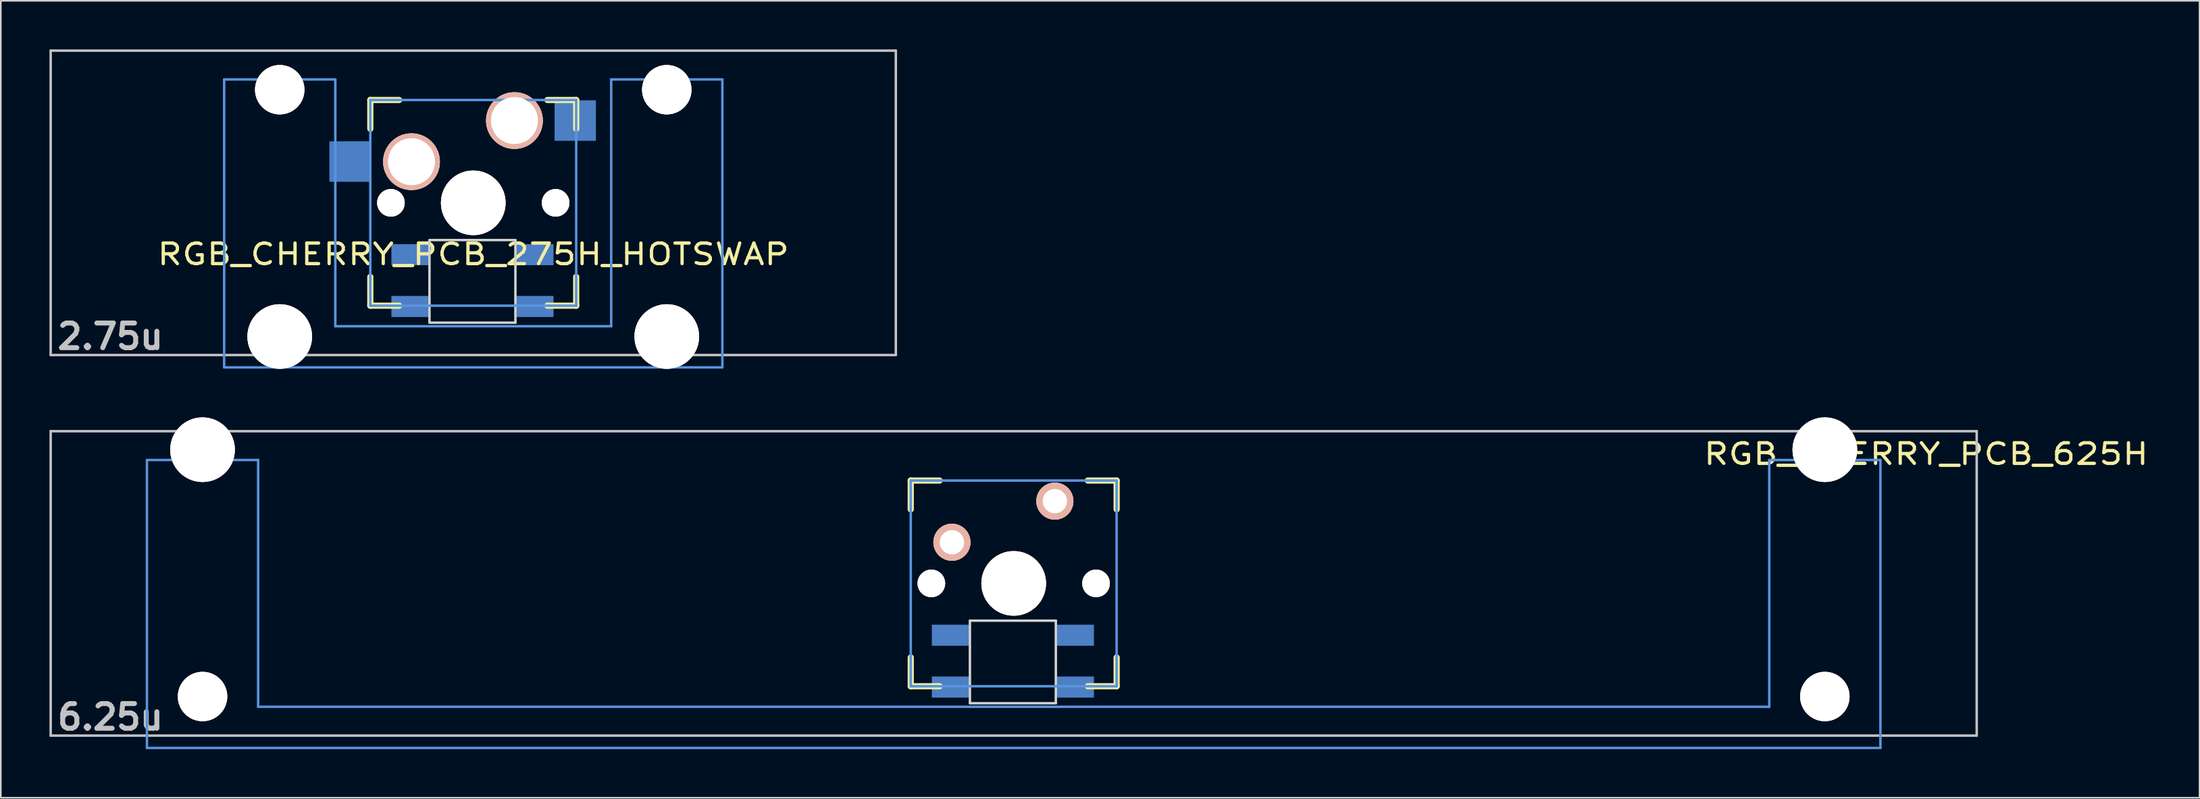
<source format=kicad_pcb>
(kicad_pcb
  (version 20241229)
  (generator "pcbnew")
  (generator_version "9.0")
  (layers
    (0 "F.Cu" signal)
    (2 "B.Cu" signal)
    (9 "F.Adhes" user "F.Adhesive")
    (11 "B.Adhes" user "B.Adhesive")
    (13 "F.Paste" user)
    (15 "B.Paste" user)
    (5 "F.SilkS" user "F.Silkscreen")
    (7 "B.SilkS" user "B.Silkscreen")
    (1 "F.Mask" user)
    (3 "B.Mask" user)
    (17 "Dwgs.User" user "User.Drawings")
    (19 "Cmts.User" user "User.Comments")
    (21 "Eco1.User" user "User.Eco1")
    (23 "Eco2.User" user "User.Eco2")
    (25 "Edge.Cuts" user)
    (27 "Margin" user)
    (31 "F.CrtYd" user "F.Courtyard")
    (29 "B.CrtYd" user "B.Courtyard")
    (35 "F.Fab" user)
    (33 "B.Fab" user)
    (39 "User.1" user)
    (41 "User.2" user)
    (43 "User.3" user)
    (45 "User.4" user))
  (footprint "RGB_CHERRY_PCB_275H_HOTSWAP"
    (layer "F.Cu")
    (at 26.144 9.474)
    (property "Reference" "RGB_CHERRY_PCB_275H_HOTSWAP" (at 0 3.175 0) (layer "F.SilkS") (effects (font (size 1.27 1.524) (thickness 0.203))))
    (attr through_hole)
    (fp_line (start -6.35 -6.35) (end -4.572 -6.35) (stroke (width 0.381) (type solid)) (layer "F.SilkS"))
    (fp_line (start -6.35 -4.572) (end -6.35 -6.35) (stroke (width 0.381) (type solid)) (layer "F.SilkS"))
    (fp_line (start -6.35 6.35) (end -6.35 4.572) (stroke (width 0.381) (type solid)) (layer "F.SilkS"))
    (fp_line (start -4.572 6.35) (end -6.35 6.35) (stroke (width 0.381) (type solid)) (layer "F.SilkS"))
    (fp_line (start 4.572 -6.35) (end 6.35 -6.35) (stroke (width 0.381) (type solid)) (layer "F.SilkS"))
    (fp_line (start 6.35 -6.35) (end 6.35 -4.572) (stroke (width 0.381) (type solid)) (layer "F.SilkS"))
    (fp_line (start 6.35 4.572) (end 6.35 6.35) (stroke (width 0.381) (type solid)) (layer "F.SilkS"))
    (fp_line (start 6.35 6.35) (end 4.572 6.35) (stroke (width 0.381) (type solid)) (layer "F.SilkS"))
    (fp_line (start -26.068 -9.398) (end 26.068 -9.398) (stroke (width 0.152) (type solid)) (layer "Dwgs.User"))
    (fp_line (start -26.068 9.398) (end -26.068 -9.398) (stroke (width 0.152) (type solid)) (layer "Dwgs.User"))
    (fp_line (start 26.068 -9.398) (end 26.068 9.398) (stroke (width 0.152) (type solid)) (layer "Dwgs.User"))
    (fp_line (start 26.068 9.398) (end -26.068 9.398) (stroke (width 0.152) (type solid)) (layer "Dwgs.User"))
    (fp_line (start -15.367 -7.62) (end -15.367 10.16) (stroke (width 0.152) (type solid)) (layer "Cmts.User"))
    (fp_line (start -15.367 10.16) (end 15.367 10.16) (stroke (width 0.152) (type solid)) (layer "Cmts.User"))
    (fp_line (start -8.509 -7.62) (end -15.367 -7.62) (stroke (width 0.152) (type solid)) (layer "Cmts.User"))
    (fp_line (start -8.509 7.62) (end -8.509 -7.62) (stroke (width 0.152) (type solid)) (layer "Cmts.User"))
    (fp_line (start -6.35 -6.35) (end 6.35 -6.35) (stroke (width 0.152) (type solid)) (layer "Cmts.User"))
    (fp_line (start -6.35 6.35) (end -6.35 -6.35) (stroke (width 0.152) (type solid)) (layer "Cmts.User"))
    (fp_line (start 6.35 -6.35) (end 6.35 6.35) (stroke (width 0.152) (type solid)) (layer "Cmts.User"))
    (fp_line (start 6.35 6.35) (end -6.35 6.35) (stroke (width 0.152) (type solid)) (layer "Cmts.User"))
    (fp_line (start 8.509 -7.62) (end 8.509 7.62) (stroke (width 0.152) (type solid)) (layer "Cmts.User"))
    (fp_line (start 8.509 7.62) (end -8.509 7.62) (stroke (width 0.152) (type solid)) (layer "Cmts.User"))
    (fp_line (start 15.367 -7.62) (end 8.509 -7.62) (stroke (width 0.152) (type solid)) (layer "Cmts.User"))
    (fp_line (start 15.367 10.16) (end 15.367 -7.62) (stroke (width 0.152) (type solid)) (layer "Cmts.User"))
    (fp_line (start -16.129 -2.286) (end -15.265 -2.286) (stroke (width 0.152) (type solid)) (layer "Eco2.User"))
    (fp_line (start -16.129 0.508) (end -16.129 -2.286) (stroke (width 0.152) (type solid)) (layer "Eco2.User"))
    (fp_line (start -15.265 -5.69) (end -8.611 -5.69) (stroke (width 0.152) (type solid)) (layer "Eco2.User"))
    (fp_line (start -15.265 -2.286) (end -15.265 -5.69) (stroke (width 0.152) (type solid)) (layer "Eco2.User"))
    (fp_line (start -15.265 0.508) (end -16.129 0.508) (stroke (width 0.152) (type solid)) (layer "Eco2.User"))
    (fp_line (start -15.265 6.604) (end -15.265 0.508) (stroke (width 0.152) (type solid)) (layer "Eco2.User"))
    (fp_line (start -14.224 6.604) (end -15.265 6.604) (stroke (width 0.152) (type solid)) (layer "Eco2.User"))
    (fp_line (start -14.224 7.772) (end -14.224 6.604) (stroke (width 0.152) (type solid)) (layer "Eco2.User"))
    (fp_line (start -9.652 6.604) (end -9.652 7.772) (stroke (width 0.152) (type solid)) (layer "Eco2.User"))
    (fp_line (start -9.652 7.772) (end -14.224 7.772) (stroke (width 0.152) (type solid)) (layer "Eco2.User"))
    (fp_line (start -8.611 -5.69) (end -8.611 -4.877) (stroke (width 0.152) (type solid)) (layer "Eco2.User"))
    (fp_line (start -8.611 -4.877) (end -6.985 -4.877) (stroke (width 0.152) (type solid)) (layer "Eco2.User"))
    (fp_line (start -8.611 5.817) (end -8.611 6.604) (stroke (width 0.152) (type solid)) (layer "Eco2.User"))
    (fp_line (start -8.611 6.604) (end -9.652 6.604) (stroke (width 0.152) (type solid)) (layer "Eco2.User"))
    (fp_line (start -6.985 -6.985) (end 6.985 -6.985) (stroke (width 0.152) (type solid)) (layer "Eco2.User"))
    (fp_line (start -6.985 -4.877) (end -6.985 -6.985) (stroke (width 0.152) (type solid)) (layer "Eco2.User"))
    (fp_line (start -6.985 5.817) (end -8.611 5.817) (stroke (width 0.152) (type solid)) (layer "Eco2.User"))
    (fp_line (start -6.985 6.985) (end -6.985 5.817) (stroke (width 0.152) (type solid)) (layer "Eco2.User"))
    (fp_line (start 6.985 -6.985) (end 6.985 -4.877) (stroke (width 0.152) (type solid)) (layer "Eco2.User"))
    (fp_line (start 6.985 -4.877) (end 8.611 -4.877) (stroke (width 0.152) (type solid)) (layer "Eco2.User"))
    (fp_line (start 6.985 5.817) (end 6.985 6.985) (stroke (width 0.152) (type solid)) (layer "Eco2.User"))
    (fp_line (start 6.985 6.985) (end -6.985 6.985) (stroke (width 0.152) (type solid)) (layer "Eco2.User"))
    (fp_line (start 8.611 -5.69) (end 15.265 -5.69) (stroke (width 0.152) (type solid)) (layer "Eco2.User"))
    (fp_line (start 8.611 -4.877) (end 8.611 -5.69) (stroke (width 0.152) (type solid)) (layer "Eco2.User"))
    (fp_line (start 8.611 5.817) (end 6.985 5.817) (stroke (width 0.152) (type solid)) (layer "Eco2.User"))
    (fp_line (start 8.611 6.604) (end 8.611 5.817) (stroke (width 0.152) (type solid)) (layer "Eco2.User"))
    (fp_line (start 9.652 6.604) (end 8.611 6.604) (stroke (width 0.152) (type solid)) (layer "Eco2.User"))
    (fp_line (start 9.652 7.772) (end 9.652 6.604) (stroke (width 0.152) (type solid)) (layer "Eco2.User"))
    (fp_line (start 14.224 6.604) (end 14.224 7.772) (stroke (width 0.152) (type solid)) (layer "Eco2.User"))
    (fp_line (start 14.224 7.772) (end 9.652 7.772) (stroke (width 0.152) (type solid)) (layer "Eco2.User"))
    (fp_line (start 15.265 -5.69) (end 15.265 -2.286) (stroke (width 0.152) (type solid)) (layer "Eco2.User"))
    (fp_line (start 15.265 -2.286) (end 16.129 -2.286) (stroke (width 0.152) (type solid)) (layer "Eco2.User"))
    (fp_line (start 15.265 0.508) (end 15.265 6.604) (stroke (width 0.152) (type solid)) (layer "Eco2.User"))
    (fp_line (start 15.265 6.604) (end 14.224 6.604) (stroke (width 0.152) (type solid)) (layer "Eco2.User"))
    (fp_line (start 16.129 -2.286) (end 16.129 0.508) (stroke (width 0.152) (type solid)) (layer "Eco2.User"))
    (fp_line (start 16.129 0.508) (end 15.265 0.508) (stroke (width 0.152) (type solid)) (layer "Eco2.User"))
    (fp_line (start -2.7 2.3) (end -2.7 7.4) (stroke (width 0.15) (type solid)) (layer "Edge.Cuts"))
    (fp_line (start -2.7 2.3) (end 2.6 2.3) (stroke (width 0.15) (type solid)) (layer "Edge.Cuts"))
    (fp_line (start 2.6 2.3) (end 2.6 7.4) (stroke (width 0.15) (type solid)) (layer "Edge.Cuts"))
    (fp_line (start 2.6 7.4) (end -2.7 7.4) (stroke (width 0.15) (type solid)) (layer "Edge.Cuts"))
    (fp_text user "2.75u" (at -22.385 8.255 0) (layer "Dwgs.User") (effects (font (size 1.524 1.524) (thickness 0.305))))
    (pad "" np_thru_hole circle (at -11.938 -6.985) (size 3.048 3.048) (drill 3.048) (layers "*.Cu" "*.SilkS" "*.Mask"))
    (pad "" np_thru_hole circle (at -11.938 8.255) (size 3.988 3.988) (drill 3.988) (layers "*.Cu" "*.SilkS" "*.Mask"))
    (pad "" np_thru_hole circle (at -5.08 0) (size 1.702 1.702) (drill 1.702) (layers "*.Cu" "*.SilkS" "*.Mask"))
    (pad "" np_thru_hole circle (at 0 0) (size 3.988 3.988) (drill 3.988) (layers "*.Cu" "*.SilkS" "*.Mask"))
    (pad "" np_thru_hole circle (at 5.08 0) (size 1.702 1.702) (drill 1.702) (layers "*.Cu" "*.SilkS" "*.Mask"))
    (pad "" np_thru_hole circle (at 11.938 -6.985) (size 3.048 3.048) (drill 3.048) (layers "*.Cu" "*.SilkS" "*.Mask"))
    (pad "" np_thru_hole circle (at 11.938 8.255) (size 3.988 3.988) (drill 3.988) (layers "*.Cu" "*.SilkS" "*.Mask"))
    (pad "1" thru_hole circle (at 2.54 -5.08) (size 3.5 3.5) (drill 2.9) (layers "*.Cu" "*.SilkS" "*.Mask"))
    (pad "1" smd rect (at 6.29 -5.08) (size 2.55 2.5) (layers "B.Cu" "B.Mask" "B.Paste"))
    (pad "2" smd rect (at -7.6 -2.55) (size 2.55 2.5) (layers "B.Cu" "B.Mask" "B.Paste"))
    (pad "2" thru_hole circle (at -3.81 -2.54) (size 3.5 3.5) (drill 2.9) (layers "*.Cu" "*.SilkS" "*.Mask"))
    (pad "3" smd rect (at -2.8 3.2) (size 2.3 1.3) (drill (offset -1.1 0)) (layers "B.Cu" "B.Mask" "B.Paste"))
    (pad "4" smd rect (at -2.8 6.4) (size 2.3 1.3) (drill (offset -1.1 0)) (layers "B.Cu" "B.Mask" "B.Paste"))
    (pad "5" smd rect (at 2.7 6.4) (size 2.3 1.3) (drill (offset 1.1 0)) (layers "B.Cu" "B.Mask" "B.Paste"))
    (pad "6" smd rect (at 2.7 3.2) (size 2.3 1.3) (drill (offset 1.1 0)) (layers "B.Cu" "B.Mask" "B.Paste")))
  (footprint "RGB_CHERRY_PCB_625H"
    (layer "F.Cu")
    (at 59.482 32.972)
    (property "Reference" "RGB_CHERRY_PCB_625H" (at 56.285 -7.99 0) (layer "F.SilkS") (effects (font (size 1.27 1.524) (thickness 0.203))))
    (attr through_hole)
    (fp_line (start -6.35 -6.35) (end -4.572 -6.35) (stroke (width 0.381) (type solid)) (layer "F.SilkS"))
    (fp_line (start -6.35 -4.572) (end -6.35 -6.35) (stroke (width 0.381) (type solid)) (layer "F.SilkS"))
    (fp_line (start -6.35 6.35) (end -6.35 4.572) (stroke (width 0.381) (type solid)) (layer "F.SilkS"))
    (fp_line (start -4.572 6.35) (end -6.35 6.35) (stroke (width 0.381) (type solid)) (layer "F.SilkS"))
    (fp_line (start 4.572 -6.35) (end 6.35 -6.35) (stroke (width 0.381) (type solid)) (layer "F.SilkS"))
    (fp_line (start 6.35 -6.35) (end 6.35 -4.572) (stroke (width 0.381) (type solid)) (layer "F.SilkS"))
    (fp_line (start 6.35 4.572) (end 6.35 6.35) (stroke (width 0.381) (type solid)) (layer "F.SilkS"))
    (fp_line (start 6.35 6.35) (end 4.572 6.35) (stroke (width 0.381) (type solid)) (layer "F.SilkS"))
    (fp_line (start -59.406 -9.398) (end 59.406 -9.398) (stroke (width 0.152) (type solid)) (layer "Dwgs.User"))
    (fp_line (start -59.406 9.398) (end -59.406 -9.398) (stroke (width 0.152) (type solid)) (layer "Dwgs.User"))
    (fp_line (start 59.406 -9.398) (end 59.406 9.398) (stroke (width 0.152) (type solid)) (layer "Dwgs.User"))
    (fp_line (start 59.406 9.398) (end -59.406 9.398) (stroke (width 0.152) (type solid)) (layer "Dwgs.User"))
    (fp_line (start -53.467 -7.62) (end -53.467 10.16) (stroke (width 0.152) (type solid)) (layer "Cmts.User"))
    (fp_line (start -53.467 10.16) (end 53.467 10.16) (stroke (width 0.152) (type solid)) (layer "Cmts.User"))
    (fp_line (start -46.609 -7.62) (end -53.467 -7.62) (stroke (width 0.152) (type solid)) (layer "Cmts.User"))
    (fp_line (start -46.609 7.62) (end -46.609 -7.62) (stroke (width 0.152) (type solid)) (layer "Cmts.User"))
    (fp_line (start -6.35 -6.35) (end 6.35 -6.35) (stroke (width 0.152) (type solid)) (layer "Cmts.User"))
    (fp_line (start -6.35 6.35) (end -6.35 -6.35) (stroke (width 0.152) (type solid)) (layer "Cmts.User"))
    (fp_line (start 6.35 -6.35) (end 6.35 6.35) (stroke (width 0.152) (type solid)) (layer "Cmts.User"))
    (fp_line (start 6.35 6.35) (end -6.35 6.35) (stroke (width 0.152) (type solid)) (layer "Cmts.User"))
    (fp_line (start 46.609 -7.62) (end 46.609 7.62) (stroke (width 0.152) (type solid)) (layer "Cmts.User"))
    (fp_line (start 46.609 7.62) (end -46.609 7.62) (stroke (width 0.152) (type solid)) (layer "Cmts.User"))
    (fp_line (start 53.467 -7.62) (end 46.609 -7.62) (stroke (width 0.152) (type solid)) (layer "Cmts.User"))
    (fp_line (start 53.467 10.16) (end 53.467 -7.62) (stroke (width 0.152) (type solid)) (layer "Cmts.User"))
    (fp_line (start -54.229 -2.286) (end -53.365 -2.286) (stroke (width 0.152) (type solid)) (layer "Eco2.User"))
    (fp_line (start -54.229 0.508) (end -54.229 -2.286) (stroke (width 0.152) (type solid)) (layer "Eco2.User"))
    (fp_line (start -53.365 -5.69) (end -46.711 -5.69) (stroke (width 0.152) (type solid)) (layer "Eco2.User"))
    (fp_line (start -53.365 -2.286) (end -53.365 -5.69) (stroke (width 0.152) (type solid)) (layer "Eco2.User"))
    (fp_line (start -53.365 0.508) (end -54.229 0.508) (stroke (width 0.152) (type solid)) (layer "Eco2.User"))
    (fp_line (start -53.365 6.604) (end -53.365 0.508) (stroke (width 0.152) (type solid)) (layer "Eco2.User"))
    (fp_line (start -52.324 6.604) (end -53.365 6.604) (stroke (width 0.152) (type solid)) (layer "Eco2.User"))
    (fp_line (start -52.324 7.772) (end -52.324 6.604) (stroke (width 0.152) (type solid)) (layer "Eco2.User"))
    (fp_line (start -47.752 6.604) (end -47.752 7.772) (stroke (width 0.152) (type solid)) (layer "Eco2.User"))
    (fp_line (start -47.752 7.772) (end -52.324 7.772) (stroke (width 0.152) (type solid)) (layer "Eco2.User"))
    (fp_line (start -46.711 -5.69) (end -46.711 -2.286) (stroke (width 0.152) (type solid)) (layer "Eco2.User"))
    (fp_line (start -46.711 -2.286) (end -6.985 -2.286) (stroke (width 0.152) (type solid)) (layer "Eco2.User"))
    (fp_line (start -46.711 2.286) (end -46.711 6.604) (stroke (width 0.152) (type solid)) (layer "Eco2.User"))
    (fp_line (start -46.711 6.604) (end -47.752 6.604) (stroke (width 0.152) (type solid)) (layer "Eco2.User"))
    (fp_line (start -6.985 -6.985) (end 6.985 -6.985) (stroke (width 0.152) (type solid)) (layer "Eco2.User"))
    (fp_line (start -6.985 -2.286) (end -6.985 -6.985) (stroke (width 0.152) (type solid)) (layer "Eco2.User"))
    (fp_line (start -6.985 2.286) (end -46.711 2.286) (stroke (width 0.152) (type solid)) (layer "Eco2.User"))
    (fp_line (start -6.985 6.985) (end -6.985 2.286) (stroke (width 0.152) (type solid)) (layer "Eco2.User"))
    (fp_line (start 6.985 -6.985) (end 6.985 -2.286) (stroke (width 0.152) (type solid)) (layer "Eco2.User"))
    (fp_line (start 6.985 -2.286) (end 46.711 -2.286) (stroke (width 0.152) (type solid)) (layer "Eco2.User"))
    (fp_line (start 6.985 2.286) (end 6.985 6.985) (stroke (width 0.152) (type solid)) (layer "Eco2.User"))
    (fp_line (start 6.985 6.985) (end -6.985 6.985) (stroke (width 0.152) (type solid)) (layer "Eco2.User"))
    (fp_line (start 46.711 -5.69) (end 53.365 -5.69) (stroke (width 0.152) (type solid)) (layer "Eco2.User"))
    (fp_line (start 46.711 -2.286) (end 46.711 -5.69) (stroke (width 0.152) (type solid)) (layer "Eco2.User"))
    (fp_line (start 46.711 2.286) (end 6.985 2.286) (stroke (width 0.152) (type solid)) (layer "Eco2.User"))
    (fp_line (start 46.711 6.604) (end 46.711 2.286) (stroke (width 0.152) (type solid)) (layer "Eco2.User"))
    (fp_line (start 47.752 6.604) (end 46.711 6.604) (stroke (width 0.152) (type solid)) (layer "Eco2.User"))
    (fp_line (start 47.752 7.772) (end 47.752 6.604) (stroke (width 0.152) (type solid)) (layer "Eco2.User"))
    (fp_line (start 52.324 6.604) (end 52.324 7.772) (stroke (width 0.152) (type solid)) (layer "Eco2.User"))
    (fp_line (start 52.324 7.772) (end 47.752 7.772) (stroke (width 0.152) (type solid)) (layer "Eco2.User"))
    (fp_line (start 53.365 -5.69) (end 53.365 -2.286) (stroke (width 0.152) (type solid)) (layer "Eco2.User"))
    (fp_line (start 53.365 -2.286) (end 54.229 -2.286) (stroke (width 0.152) (type solid)) (layer "Eco2.User"))
    (fp_line (start 53.365 0.508) (end 53.365 6.604) (stroke (width 0.152) (type solid)) (layer "Eco2.User"))
    (fp_line (start 53.365 6.604) (end 52.324 6.604) (stroke (width 0.152) (type solid)) (layer "Eco2.User"))
    (fp_line (start 54.229 -2.286) (end 54.229 0.508) (stroke (width 0.152) (type solid)) (layer "Eco2.User"))
    (fp_line (start 54.229 0.508) (end 53.365 0.508) (stroke (width 0.152) (type solid)) (layer "Eco2.User"))
    (fp_line (start -2.7 2.3) (end -2.7 7.4) (stroke (width 0.15) (type solid)) (layer "Edge.Cuts"))
    (fp_line (start -2.7 2.3) (end 2.6 2.3) (stroke (width 0.15) (type solid)) (layer "Edge.Cuts"))
    (fp_line (start 2.6 2.3) (end 2.6 7.4) (stroke (width 0.15) (type solid)) (layer "Edge.Cuts"))
    (fp_line (start 2.6 7.4) (end -2.7 7.4) (stroke (width 0.15) (type solid)) (layer "Edge.Cuts"))
    (fp_text user "6.25u" (at -55.723 8.255 0) (layer "Dwgs.User") (effects (font (size 1.524 1.524) (thickness 0.305))))
    (pad "" np_thru_hole circle (at -50.038 -8.255) (size 3.988 3.988) (drill 3.988) (layers "*.Cu" "*.SilkS" "*.Mask"))
    (pad "" np_thru_hole circle (at -50.038 6.985) (size 3.048 3.048) (drill 3.048) (layers "*.Cu" "*.SilkS" "*.Mask"))
    (pad "" np_thru_hole circle (at -5.08 0) (size 1.702 1.702) (drill 1.702) (layers "*.Cu" "*.SilkS" "*.Mask"))
    (pad "" np_thru_hole circle (at 0 0) (size 3.988 3.988) (drill 3.988) (layers "*.Cu" "*.SilkS" "*.Mask"))
    (pad "" np_thru_hole circle (at 5.08 0) (size 1.702 1.702) (drill 1.702) (layers "*.Cu" "*.SilkS" "*.Mask"))
    (pad "" np_thru_hole circle (at 50.038 -8.255) (size 3.988 3.988) (drill 3.988) (layers "*.Cu" "*.SilkS" "*.Mask"))
    (pad "" np_thru_hole circle (at 50.038 6.985) (size 3.048 3.048) (drill 3.048) (layers "*.Cu" "*.SilkS" "*.Mask"))
    (pad "1" thru_hole circle (at 2.54 -5.08) (size 2.286 2.286) (drill 1.499) (layers "*.Cu" "*.SilkS" "*.Mask"))
    (pad "2" thru_hole circle (at -3.81 -2.54) (size 2.286 2.286) (drill 1.499) (layers "*.Cu" "*.SilkS" "*.Mask"))
    (pad "3" smd rect (at -2.8 3.2) (size 2.3 1.3) (drill (offset -1.1 0)) (layers "B.Cu" "B.Mask" "B.Paste"))
    (pad "4" smd rect (at -2.8 6.4) (size 2.3 1.3) (drill (offset -1.1 0)) (layers "B.Cu" "B.Mask" "B.Paste"))
    (pad "5" smd rect (at 2.7 6.4) (size 2.3 1.3) (drill (offset 1.1 0)) (layers "B.Cu" "B.Mask" "B.Paste"))
    (pad "6" smd rect (at 2.7 3.2) (size 2.3 1.3) (drill (offset 1.1 0)) (layers "B.Cu" "B.Mask" "B.Paste")))
  (gr_rect
    (start -3 -3)
    (end 132.635 46.208)
    (stroke (width 0.1) (type default))
    (fill no)
    (layer "Edge.Cuts")))
</source>
